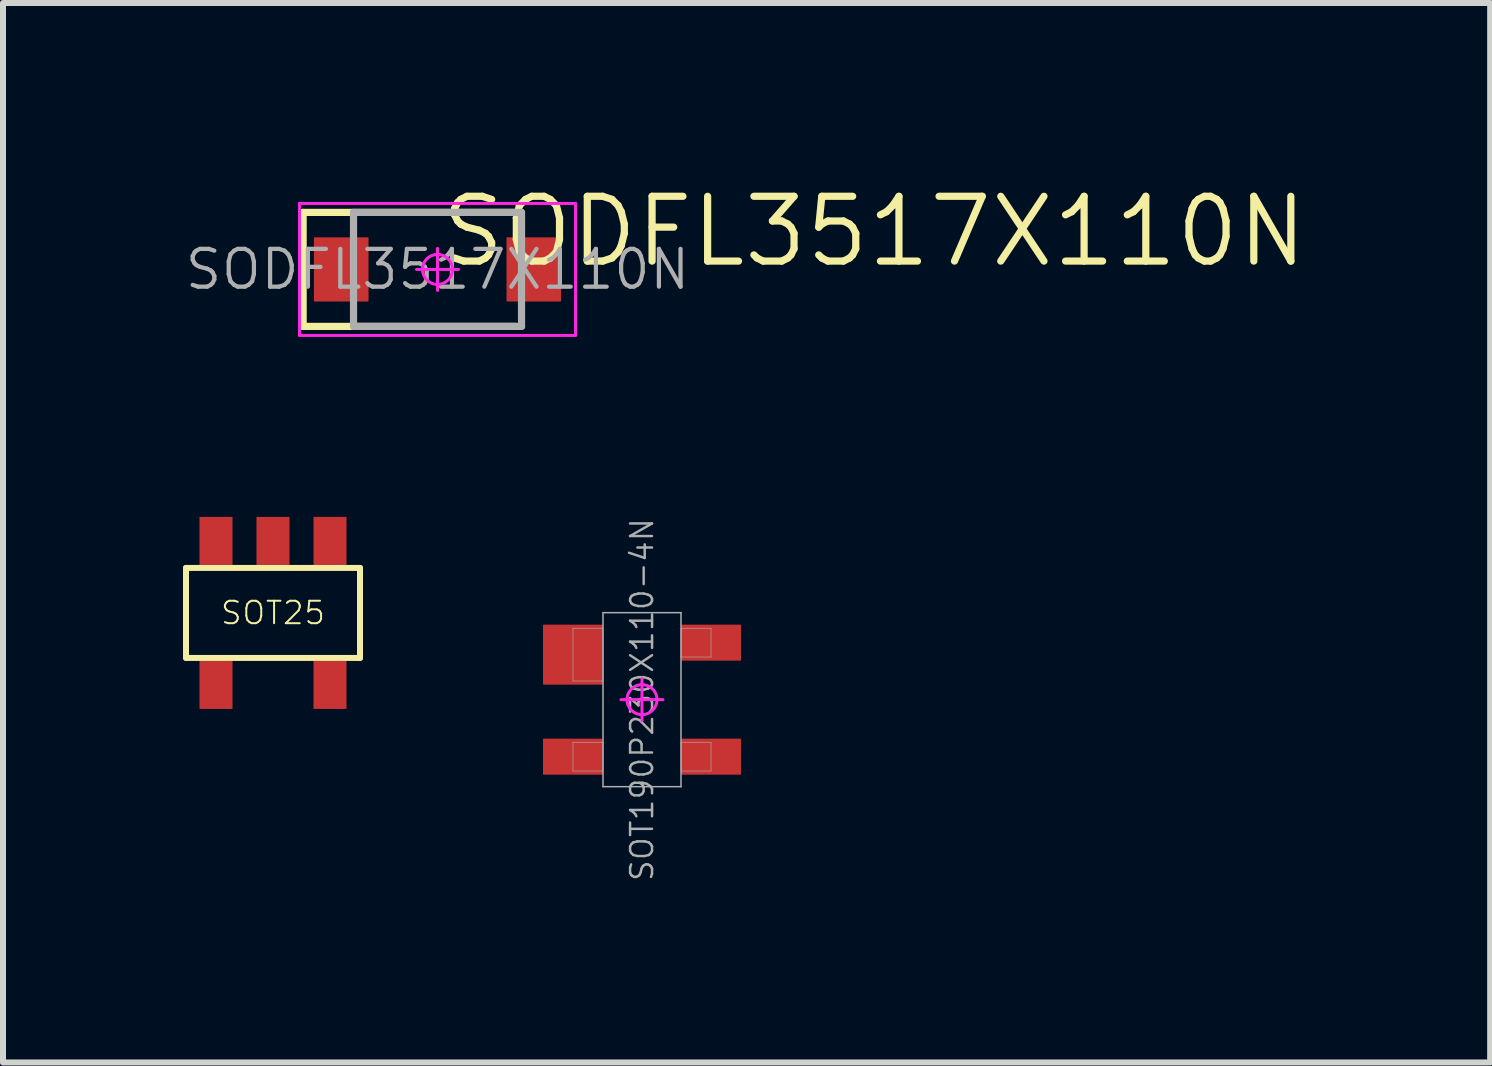
<source format=kicad_pcb>
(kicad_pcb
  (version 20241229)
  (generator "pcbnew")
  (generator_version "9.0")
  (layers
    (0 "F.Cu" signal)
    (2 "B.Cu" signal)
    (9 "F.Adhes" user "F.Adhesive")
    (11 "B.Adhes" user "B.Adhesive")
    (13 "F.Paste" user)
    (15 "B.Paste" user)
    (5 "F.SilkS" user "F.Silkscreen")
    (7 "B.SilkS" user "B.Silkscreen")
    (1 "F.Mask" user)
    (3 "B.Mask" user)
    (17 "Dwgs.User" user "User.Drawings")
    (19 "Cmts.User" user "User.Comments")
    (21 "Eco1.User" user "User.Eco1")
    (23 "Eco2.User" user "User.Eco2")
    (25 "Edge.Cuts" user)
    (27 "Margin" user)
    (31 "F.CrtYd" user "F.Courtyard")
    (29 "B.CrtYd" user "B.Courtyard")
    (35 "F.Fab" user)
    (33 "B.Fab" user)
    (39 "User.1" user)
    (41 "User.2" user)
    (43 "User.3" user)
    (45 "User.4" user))
  (footprint "SOT190P230X110-4N"
    (layer "F.Cu")
    (at 7.65 8.611)
    (property "Reference" "SOT190P230X110-4N" (at 0 0 90) (layer "F.Fab") (effects (font (size 0.366 0.366) (thickness 0.041))))
    (fp_line (start -0.35 0) (end 0.35 0) (stroke (width 0.05) (type solid)) (layer "F.CrtYd"))
    (fp_line (start 0 0.35) (end 0 -0.35) (stroke (width 0.05) (type solid)) (layer "F.CrtYd"))
    (fp_circle (center 0 0) (end 0.25 0) (stroke (width 0.05) (type solid)) (fill no) (layer "F.CrtYd"))
    (fp_line (start -1.15 -1.19) (end -1.15 -0.31) (stroke (width 0.01) (type solid)) (layer "F.Fab"))
    (fp_line (start -1.15 -0.31) (end -0.65 -0.31) (stroke (width 0.01) (type solid)) (layer "F.Fab"))
    (fp_line (start -1.15 0.71) (end -1.15 1.19) (stroke (width 0.01) (type solid)) (layer "F.Fab"))
    (fp_line (start -1.15 1.19) (end -0.65 1.19) (stroke (width 0.01) (type solid)) (layer "F.Fab"))
    (fp_line (start -0.65 -1.45) (end -0.65 1.45) (stroke (width 0.025) (type solid)) (layer "F.Fab"))
    (fp_line (start -0.65 -1.19) (end -1.15 -1.19) (stroke (width 0.01) (type solid)) (layer "F.Fab"))
    (fp_line (start -0.65 -0.31) (end -0.65 -1.19) (stroke (width 0.01) (type solid)) (layer "F.Fab"))
    (fp_line (start -0.65 0.71) (end -1.15 0.71) (stroke (width 0.01) (type solid)) (layer "F.Fab"))
    (fp_line (start -0.65 1.19) (end -0.65 0.71) (stroke (width 0.01) (type solid)) (layer "F.Fab"))
    (fp_line (start -0.65 1.45) (end 0.65 1.45) (stroke (width 0.025) (type solid)) (layer "F.Fab"))
    (fp_line (start 0.65 -1.45) (end -0.65 -1.45) (stroke (width 0.025) (type solid)) (layer "F.Fab"))
    (fp_line (start 0.65 -1.19) (end 0.65 -0.71) (stroke (width 0.01) (type solid)) (layer "F.Fab"))
    (fp_line (start 0.65 -0.71) (end 1.15 -0.71) (stroke (width 0.01) (type solid)) (layer "F.Fab"))
    (fp_line (start 0.65 0.71) (end 0.65 1.19) (stroke (width 0.01) (type solid)) (layer "F.Fab"))
    (fp_line (start 0.65 1.19) (end 1.15 1.19) (stroke (width 0.01) (type solid)) (layer "F.Fab"))
    (fp_line (start 0.65 1.45) (end 0.65 -1.45) (stroke (width 0.025) (type solid)) (layer "F.Fab"))
    (fp_line (start 1.15 -1.19) (end 0.65 -1.19) (stroke (width 0.01) (type solid)) (layer "F.Fab"))
    (fp_line (start 1.15 -0.71) (end 1.15 -1.19) (stroke (width 0.01) (type solid)) (layer "F.Fab"))
    (fp_line (start 1.15 0.71) (end 0.65 0.71) (stroke (width 0.01) (type solid)) (layer "F.Fab"))
    (fp_line (start 1.15 1.19) (end 1.15 0.71) (stroke (width 0.01) (type solid)) (layer "F.Fab"))
    (pad "1" smd roundrect (at -1.15 -0.75) (size 1 1) (layers "F.Cu" "F.Mask" "F.Paste") (roundrect_rratio 0.015))
    (pad "2" smd roundrect (at -1.15 0.95) (size 1 0.6) (layers "F.Cu" "F.Mask" "F.Paste") (roundrect_rratio 0.015))
    (pad "3" smd roundrect (at 1.15 0.95) (size 1 0.6) (layers "F.Cu" "F.Mask" "F.Paste") (roundrect_rratio 0.015))
    (pad "4" smd roundrect (at 1.15 -0.95) (size 1 0.6) (layers "F.Cu" "F.Mask" "F.Paste") (roundrect_rratio 0.015)))
  (footprint "SOT25"
    (layer "F.Cu")
    (at 1.5 7.165)
    (property "Reference" "SOT25" (at 0 0 0) (layer "F.SilkS") (effects (font (size 0.374 0.374) (thickness 0.033))))
    (fp_line (start -1.45 -0.75) (end -1.45 0.75) (stroke (width 0.1) (type solid)) (layer "F.SilkS"))
    (fp_line (start -1.45 0.75) (end 1.45 0.75) (stroke (width 0.1) (type solid)) (layer "F.SilkS"))
    (fp_line (start 1.45 -0.75) (end -1.45 -0.75) (stroke (width 0.1) (type solid)) (layer "F.SilkS"))
    (fp_line (start 1.45 0.75) (end 1.45 -0.75) (stroke (width 0.1) (type solid)) (layer "F.SilkS"))
    (pad "1" smd rect (at 0.95 -1.2 90) (size 0.8 0.55) (layers "F.Cu" "F.Mask" "F.Paste"))
    (pad "2" smd rect (at 0 -1.2 90) (size 0.8 0.55) (layers "F.Cu" "F.Mask" "F.Paste"))
    (pad "3" smd rect (at -0.95 -1.2 90) (size 0.8 0.55) (layers "F.Cu" "F.Mask" "F.Paste"))
    (pad "4" smd rect (at -0.95 1.2 90) (size 0.8 0.55) (layers "F.Cu" "F.Mask" "F.Paste"))
    (pad "5" smd rect (at 0.95 1.2 90) (size 0.8 0.55) (layers "F.Cu" "F.Mask" "F.Paste")))
  (footprint "SODFL3517X110N"
    (layer "F.Cu")
    (at 4.242 1.44)
    (property "Reference" "SODFL3517X110N" (at 0 0 0) (layer "F.Fab") (effects (font (size 0.63 0.63) (thickness 0.07))))
    (fp_line (start -2.24 -0.95) (end -2.24 0.95) (stroke (width 0.12) (type solid)) (layer "F.SilkS"))
    (fp_line (start -2.24 0.95) (end 1.3 0.95) (stroke (width 0.12) (type solid)) (layer "F.SilkS"))
    (fp_line (start 1.3 -0.95) (end -2.24 -0.95) (stroke (width 0.12) (type solid)) (layer "F.SilkS"))
    (fp_line (start -2.3 -1.1) (end 2.3 -1.1) (stroke (width 0.05) (type solid)) (layer "F.CrtYd"))
    (fp_line (start -2.3 1.1) (end -2.3 -1.1) (stroke (width 0.05) (type solid)) (layer "F.CrtYd"))
    (fp_line (start 0 -0.35) (end 0 0.35) (stroke (width 0.05) (type solid)) (layer "F.CrtYd"))
    (fp_line (start 0.35 0) (end -0.35 0) (stroke (width 0.05) (type solid)) (layer "F.CrtYd"))
    (fp_line (start 2.3 -1.1) (end 2.3 1.1) (stroke (width 0.05) (type solid)) (layer "F.CrtYd"))
    (fp_line (start 2.3 1.1) (end -2.3 1.1) (stroke (width 0.05) (type solid)) (layer "F.CrtYd"))
    (fp_circle (center 0 0) (end 0.25 0) (stroke (width 0.05) (type solid)) (fill no) (layer "F.CrtYd"))
    (fp_line (start -1.4 -0.95) (end 1.4 -0.95) (stroke (width 0.12) (type solid)) (layer "F.Fab"))
    (fp_line (start -1.4 0.95) (end -1.4 -0.95) (stroke (width 0.12) (type solid)) (layer "F.Fab"))
    (fp_line (start 1.4 -0.95) (end 1.4 0.95) (stroke (width 0.12) (type solid)) (layer "F.Fab"))
    (fp_line (start 1.4 0.95) (end -1.4 0.95) (stroke (width 0.12) (type solid)) (layer "F.Fab"))
    (fp_text user "${REFERENCE}" (at 0 0 0) (layer "F.SilkS") (effects (font (size 1.08 1.08) (thickness 0.12)) (justify left bottom)))
    (pad "A" smd roundrect (at 1.605 0) (size 0.91 1.07) (layers "F.Cu" "F.Mask" "F.Paste") (roundrect_rratio 0.01))
    (pad "C" smd roundrect (at -1.605 0 180) (size 0.91 1.07) (layers "F.Cu" "F.Mask" "F.Paste") (roundrect_rratio 0.01)))
  (gr_rect
    (start -3 -3)
    (end 21.786 14.658)
    (stroke (width 0.1) (type default))
    (fill no)
    (layer "Edge.Cuts")))
</source>
